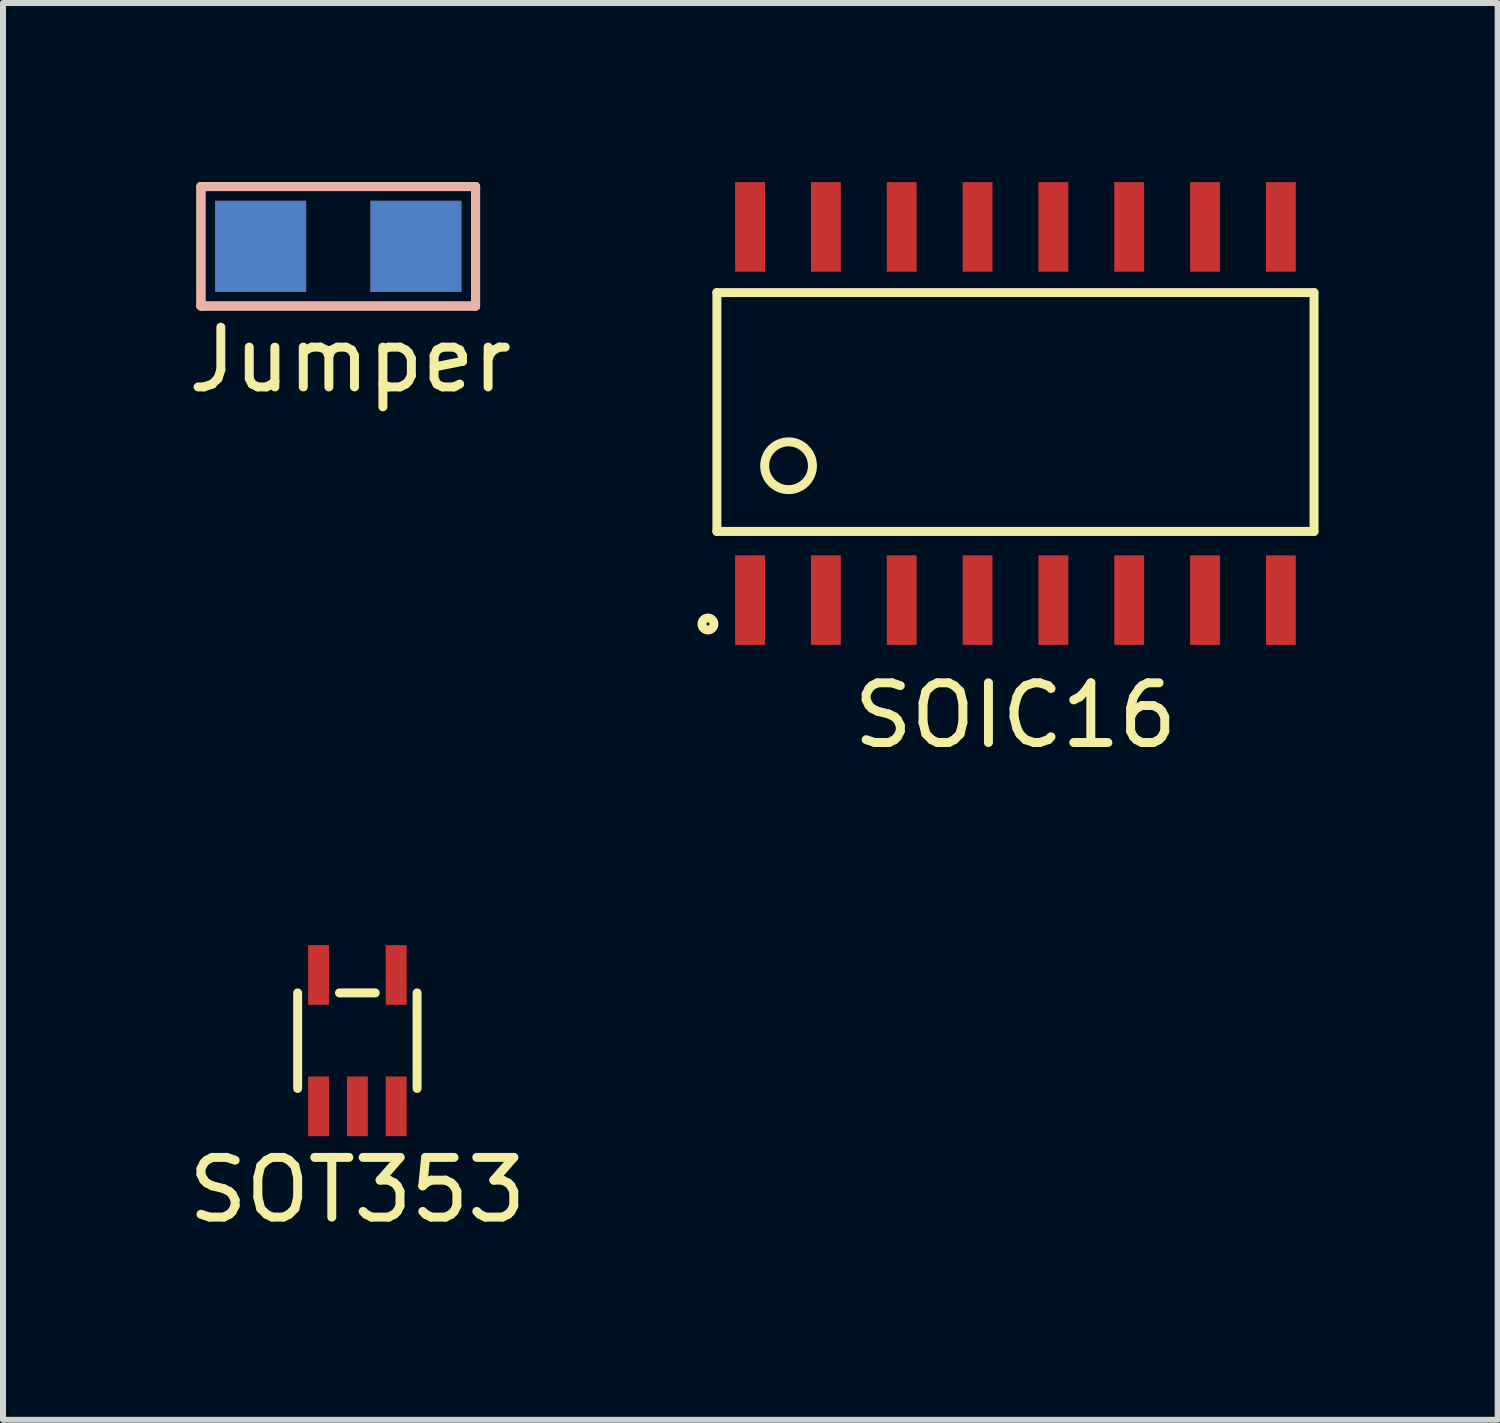
<source format=kicad_pcb>
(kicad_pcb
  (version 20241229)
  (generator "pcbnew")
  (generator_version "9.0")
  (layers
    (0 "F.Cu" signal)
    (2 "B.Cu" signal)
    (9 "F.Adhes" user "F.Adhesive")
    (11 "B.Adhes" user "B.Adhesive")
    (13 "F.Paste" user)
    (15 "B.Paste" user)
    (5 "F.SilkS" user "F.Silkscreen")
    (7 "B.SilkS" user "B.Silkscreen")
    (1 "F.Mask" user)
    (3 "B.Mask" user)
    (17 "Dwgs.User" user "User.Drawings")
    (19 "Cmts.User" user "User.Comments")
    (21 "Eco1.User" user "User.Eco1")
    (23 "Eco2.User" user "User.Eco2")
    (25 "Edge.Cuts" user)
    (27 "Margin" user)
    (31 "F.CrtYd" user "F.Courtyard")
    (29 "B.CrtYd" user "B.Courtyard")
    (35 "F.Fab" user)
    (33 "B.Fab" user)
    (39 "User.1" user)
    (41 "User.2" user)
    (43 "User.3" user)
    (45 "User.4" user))
  (footprint "SOT353"
    (layer "F.Cu")
    (at 2.935 14.378)
    (property "Reference" "SOT353" (at 0 2.5 0) (layer "F.SilkS") (effects (font (size 1 1) (thickness 0.15))))
    (attr through_hole)
    (fp_line (start -1 0.8) (end -1 -0.8) (stroke (width 0.15) (type solid)) (layer "F.SilkS"))
    (fp_line (start -0.3 -0.8) (end 0.3 -0.8) (stroke (width 0.15) (type solid)) (layer "F.SilkS"))
    (fp_line (start 1 -0.8) (end 1 0.8) (stroke (width 0.15) (type solid)) (layer "F.SilkS"))
    (pad "1" smd rect (at -0.65 1.1) (size 0.35 1) (layers "F.Cu" "F.Mask" "F.Paste"))
    (pad "2" smd rect (at 0 1.1) (size 0.35 1) (layers "F.Cu" "F.Mask" "F.Paste"))
    (pad "3" smd rect (at 0.65 1.1) (size 0.35 1) (layers "F.Cu" "F.Mask" "F.Paste"))
    (pad "4" smd rect (at 0.65 -1.1) (size 0.35 1) (layers "F.Cu" "F.Mask" "F.Paste"))
    (pad "5" smd rect (at -0.65 -1.1) (size 0.35 1) (layers "F.Cu" "F.Mask" "F.Paste")))
  (footprint "Jumper"
    (layer "F.Cu")
    (at 2.815 1.075)
    (property "Reference" "Jumper" (at 0 1.9 0) (layer "F.SilkS") (effects (font (size 1 1) (thickness 0.15))))
    (attr through_hole)
    (fp_line (start -2.5 -1) (end 2.1 -1) (stroke (width 0.15) (type solid)) (layer "F.SilkS"))
    (fp_line (start -2.5 1) (end -2.5 -1) (stroke (width 0.15) (type solid)) (layer "F.SilkS"))
    (fp_line (start 2.1 -1) (end 2.1 1) (stroke (width 0.15) (type solid)) (layer "F.SilkS"))
    (fp_line (start 2.1 1) (end -2.5 1) (stroke (width 0.15) (type solid)) (layer "F.SilkS"))
    (fp_line (start -2.5 -1) (end 2.1 -1) (stroke (width 0.15) (type solid)) (layer "B.SilkS"))
    (fp_line (start -2.5 1) (end -2.5 -1) (stroke (width 0.15) (type solid)) (layer "B.SilkS"))
    (fp_line (start 2.1 -1) (end 2.1 1) (stroke (width 0.15) (type solid)) (layer "B.SilkS"))
    (fp_line (start 2.1 1) (end -2.5 1) (stroke (width 0.15) (type solid)) (layer "B.SilkS"))
    (pad "1" smd rect (at -1.5 0) (size 1.524 1.524) (layers "F.Cu" "F.Mask" "F.Paste"))
    (pad "1" smd rect (at -1.5 0) (size 1.524 1.524) (layers "B.Cu" "B.Mask" "B.Paste"))
    (pad "2" smd rect (at 1.1 0) (size 1.524 1.524) (layers "F.Cu" "F.Mask" "F.Paste"))
    (pad "3" smd rect (at 1.1 0) (size 1.524 1.524) (layers "B.Cu" "B.Mask" "B.Paste")))
  (footprint "SOIC16"
    (layer "F.Cu")
    (at 13.956 3.85)
    (property "Reference" "SOIC16" (at 0 5.08 0) (layer "F.SilkS") (effects (font (size 1 1) (thickness 0.15))))
    (attr through_hole)
    (fp_line (start -5 -2) (end 5 -2) (stroke (width 0.15) (type solid)) (layer "F.SilkS"))
    (fp_line (start -5 2) (end -5 -2) (stroke (width 0.15) (type solid)) (layer "F.SilkS"))
    (fp_line (start 5 -2) (end 5 2) (stroke (width 0.15) (type solid)) (layer "F.SilkS"))
    (fp_line (start 5 2) (end -5 2) (stroke (width 0.15) (type solid)) (layer "F.SilkS"))
    (fp_circle (center -5.15 3.55) (end -5.05 3.55) (stroke (width 0.15) (type solid)) (fill no) (layer "F.SilkS"))
    (fp_circle (center -3.8 0.9) (end -3.4 0.9) (stroke (width 0.15) (type solid)) (fill no) (layer "F.SilkS"))
    (pad "1" smd rect (at -4.445 3.15) (size 0.5 1.5) (layers "F.Cu" "F.Mask" "F.Paste"))
    (pad "2" smd rect (at -3.175 3.15) (size 0.5 1.5) (layers "F.Cu" "F.Mask" "F.Paste"))
    (pad "3" smd rect (at -1.905 3.15) (size 0.5 1.5) (layers "F.Cu" "F.Mask" "F.Paste"))
    (pad "4" smd rect (at -0.635 3.15) (size 0.5 1.5) (layers "F.Cu" "F.Mask" "F.Paste"))
    (pad "5" smd rect (at 0.635 3.15) (size 0.5 1.5) (layers "F.Cu" "F.Mask" "F.Paste"))
    (pad "6" smd rect (at 1.905 3.15) (size 0.5 1.5) (layers "F.Cu" "F.Mask" "F.Paste"))
    (pad "7" smd rect (at 3.175 3.15) (size 0.5 1.5) (layers "F.Cu" "F.Mask" "F.Paste"))
    (pad "8" smd rect (at 4.445 3.15) (size 0.5 1.5) (layers "F.Cu" "F.Mask" "F.Paste"))
    (pad "9" smd rect (at 4.445 -3.1) (size 0.5 1.5) (layers "F.Cu" "F.Mask" "F.Paste"))
    (pad "10" smd rect (at 3.175 -3.1) (size 0.5 1.5) (layers "F.Cu" "F.Mask" "F.Paste"))
    (pad "11" smd rect (at 1.905 -3.1) (size 0.5 1.5) (layers "F.Cu" "F.Mask" "F.Paste"))
    (pad "12" smd rect (at 0.635 -3.1) (size 0.5 1.5) (layers "F.Cu" "F.Mask" "F.Paste"))
    (pad "13" smd rect (at -0.635 -3.1) (size 0.5 1.5) (layers "F.Cu" "F.Mask" "F.Paste"))
    (pad "14" smd rect (at -1.905 -3.1) (size 0.5 1.5) (layers "F.Cu" "F.Mask" "F.Paste"))
    (pad "15" smd rect (at -3.175 -3.1) (size 0.5 1.5) (layers "F.Cu" "F.Mask" "F.Paste"))
    (pad "16" smd rect (at -4.445 -3.1) (size 0.5 1.5) (layers "F.Cu" "F.Mask" "F.Paste")))
  (gr_rect
    (start -3 -3)
    (end 22.031 20.727)
    (stroke (width 0.1) (type default))
    (fill no)
    (layer "Edge.Cuts")))
</source>
